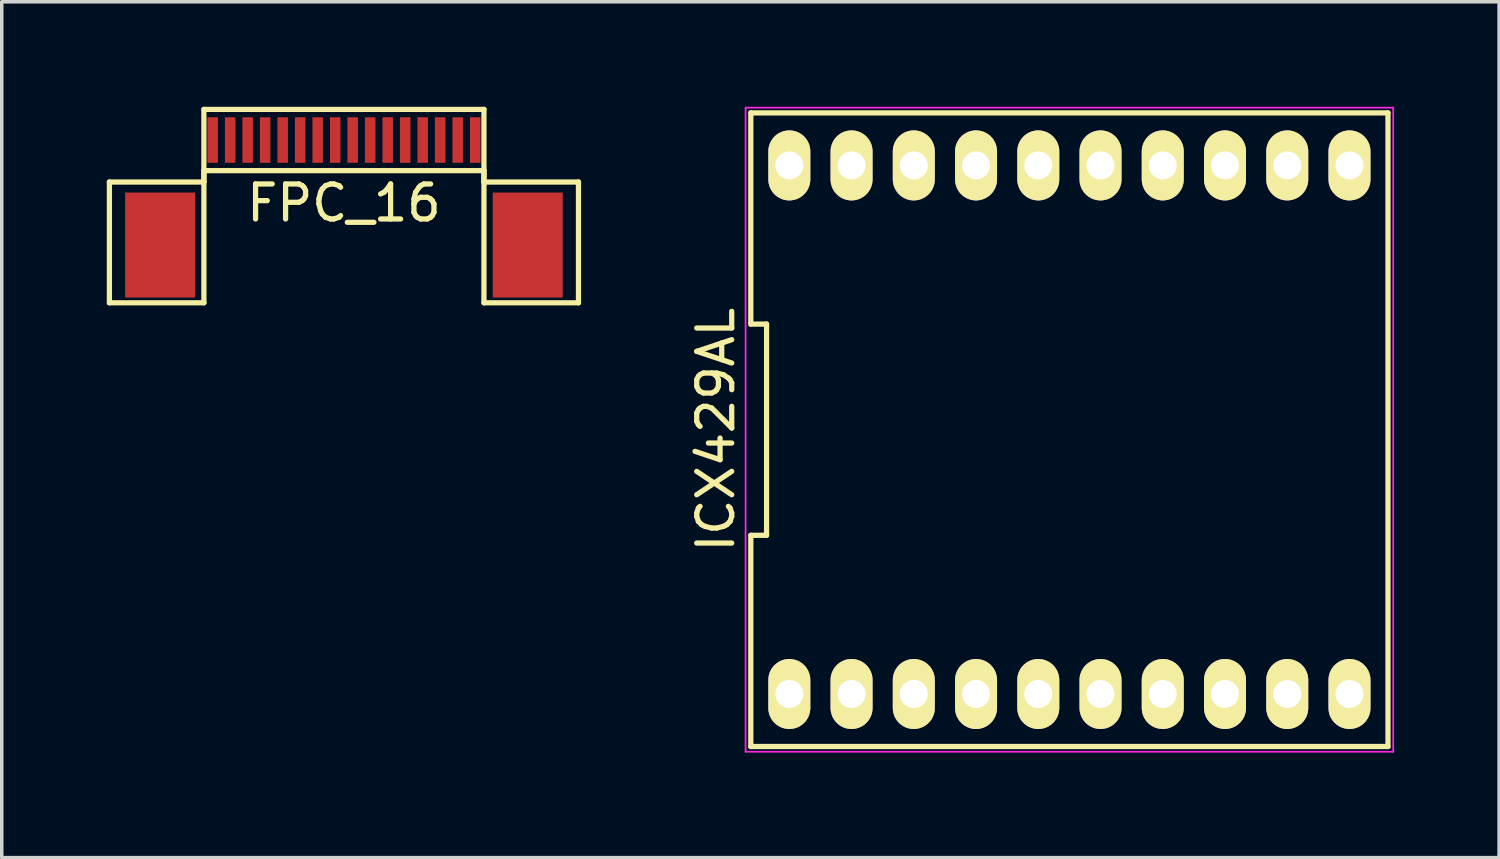
<source format=kicad_pcb>
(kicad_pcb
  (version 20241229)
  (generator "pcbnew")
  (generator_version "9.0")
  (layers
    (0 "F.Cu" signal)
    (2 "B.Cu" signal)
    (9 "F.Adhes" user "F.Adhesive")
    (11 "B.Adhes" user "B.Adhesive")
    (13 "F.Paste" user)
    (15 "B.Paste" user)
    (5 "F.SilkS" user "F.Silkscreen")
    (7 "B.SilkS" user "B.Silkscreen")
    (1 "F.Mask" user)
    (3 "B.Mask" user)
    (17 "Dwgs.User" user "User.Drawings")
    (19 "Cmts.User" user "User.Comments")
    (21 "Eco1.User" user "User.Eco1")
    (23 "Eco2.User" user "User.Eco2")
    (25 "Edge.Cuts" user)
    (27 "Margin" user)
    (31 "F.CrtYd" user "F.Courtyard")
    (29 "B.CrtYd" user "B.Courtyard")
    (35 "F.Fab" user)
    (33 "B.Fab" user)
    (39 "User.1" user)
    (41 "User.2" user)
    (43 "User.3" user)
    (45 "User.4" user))
  (footprint "ICX429AL"
    (layer "F.Cu")
    (at 27.499 9.225)
    (property "Reference" "ICX429AL" (at -10.101 0 90) (layer "F.SilkS") (effects (font (size 1 1) (thickness 0.15))))
    (attr through_hole)
    (fp_line (start -9.101 -9.05) (end -9.101 -3.017) (stroke (width 0.15) (type solid)) (layer "F.SilkS"))
    (fp_line (start -9.101 -3.017) (end -8.651 -3.017) (stroke (width 0.15) (type solid)) (layer "F.SilkS"))
    (fp_line (start -9.101 3.017) (end -9.101 9.05) (stroke (width 0.15) (type solid)) (layer "F.SilkS"))
    (fp_line (start -9.101 9.05) (end 9.101 9.05) (stroke (width 0.15) (type solid)) (layer "F.SilkS"))
    (fp_line (start -8.651 -3.017) (end -8.651 3.017) (stroke (width 0.15) (type solid)) (layer "F.SilkS"))
    (fp_line (start -8.651 3.017) (end -9.101 3.017) (stroke (width 0.15) (type solid)) (layer "F.SilkS"))
    (fp_line (start 9.101 -9.05) (end -9.101 -9.05) (stroke (width 0.15) (type solid)) (layer "F.SilkS"))
    (fp_line (start 9.101 9.05) (end 9.101 -9.05) (stroke (width 0.15) (type solid)) (layer "F.SilkS"))
    (fp_line (start -9.25 -9.2) (end 9.25 -9.2) (stroke (width 0.05) (type solid)) (layer "F.CrtYd"))
    (fp_line (start -9.25 9.2) (end -9.25 -9.2) (stroke (width 0.05) (type solid)) (layer "F.CrtYd"))
    (fp_line (start 9.25 -9.2) (end 9.25 9.2) (stroke (width 0.05) (type solid)) (layer "F.CrtYd"))
    (fp_line (start 9.25 9.2) (end -9.25 9.2) (stroke (width 0.05) (type solid)) (layer "F.CrtYd"))
    (pad "1" thru_hole oval (at -8.001 7.55) (size 1.2 2) (drill 0.8) (layers "*.Cu" "*.Mask" "F.SilkS"))
    (pad "2" thru_hole oval (at -6.223 7.55) (size 1.2 2) (drill 0.8) (layers "*.Cu" "*.Mask" "F.SilkS"))
    (pad "3" thru_hole oval (at -4.445 7.55) (size 1.2 2) (drill 0.8) (layers "*.Cu" "*.Mask" "F.SilkS"))
    (pad "4" thru_hole oval (at -2.667 7.55) (size 1.2 2) (drill 0.8) (layers "*.Cu" "*.Mask" "F.SilkS"))
    (pad "5" thru_hole oval (at -0.889 7.55) (size 1.2 2) (drill 0.8) (layers "*.Cu" "*.Mask" "F.SilkS"))
    (pad "6" thru_hole oval (at 0.889 7.55) (size 1.2 2) (drill 0.8) (layers "*.Cu" "*.Mask" "F.SilkS"))
    (pad "7" thru_hole oval (at 2.667 7.55) (size 1.2 2) (drill 0.8) (layers "*.Cu" "*.Mask" "F.SilkS"))
    (pad "8" thru_hole oval (at 4.445 7.55) (size 1.2 2) (drill 0.8) (layers "*.Cu" "*.Mask" "F.SilkS"))
    (pad "9" thru_hole oval (at 6.223 7.55) (size 1.2 2) (drill 0.8) (layers "*.Cu" "*.Mask" "F.SilkS"))
    (pad "10" thru_hole oval (at 8.001 7.55) (size 1.2 2) (drill 0.8) (layers "*.Cu" "*.Mask" "F.SilkS"))
    (pad "11" thru_hole oval (at 8.001 -7.55) (size 1.2 2) (drill 0.8) (layers "*.Cu" "*.Mask" "F.SilkS"))
    (pad "12" thru_hole oval (at 6.223 -7.55) (size 1.2 2) (drill 0.8) (layers "*.Cu" "*.Mask" "F.SilkS"))
    (pad "13" thru_hole oval (at 4.445 -7.55) (size 1.2 2) (drill 0.8) (layers "*.Cu" "*.Mask" "F.SilkS"))
    (pad "14" thru_hole oval (at 2.667 -7.55) (size 1.2 2) (drill 0.8) (layers "*.Cu" "*.Mask" "F.SilkS"))
    (pad "15" thru_hole oval (at 0.889 -7.55) (size 1.2 2) (drill 0.8) (layers "*.Cu" "*.Mask" "F.SilkS"))
    (pad "16" thru_hole oval (at -0.889 -7.55) (size 1.2 2) (drill 0.8) (layers "*.Cu" "*.Mask" "F.SilkS"))
    (pad "17" thru_hole oval (at -2.667 -7.55) (size 1.2 2) (drill 0.8) (layers "*.Cu" "*.Mask" "F.SilkS"))
    (pad "18" thru_hole oval (at -4.445 -7.55) (size 1.2 2) (drill 0.8) (layers "*.Cu" "*.Mask" "F.SilkS"))
    (pad "19" thru_hole oval (at -6.223 -7.55) (size 1.2 2) (drill 0.8) (layers "*.Cu" "*.Mask" "F.SilkS"))
    (pad "20" thru_hole oval (at -8.001 -7.55) (size 1.2 2) (drill 0.8) (layers "*.Cu" "*.Mask" "F.SilkS")))
  (footprint "FPC_16"
    (layer "F.Cu")
    (at 6.775 0.95)
    (property "Reference" "FPC_16" (at 0 1.8 0) (layer "F.SilkS") (effects (font (size 1 1) (thickness 0.15))))
    (attr smd)
    (fp_line (start -6.7 1.2) (end -4 1.2) (stroke (width 0.15) (type solid)) (layer "F.SilkS"))
    (fp_line (start -6.7 4.65) (end -6.7 1.2) (stroke (width 0.15) (type solid)) (layer "F.SilkS"))
    (fp_line (start -4 -0.875) (end 4 -0.875) (stroke (width 0.15) (type solid)) (layer "F.SilkS"))
    (fp_line (start -4 0.875) (end -4 4.65) (stroke (width 0.15) (type solid)) (layer "F.SilkS"))
    (fp_line (start -4 0.875) (end 4 0.875) (stroke (width 0.15) (type solid)) (layer "F.SilkS"))
    (fp_line (start -4 1.2) (end -4 -0.875) (stroke (width 0.15) (type solid)) (layer "F.SilkS"))
    (fp_line (start -4 4.65) (end -6.7 4.65) (stroke (width 0.15) (type solid)) (layer "F.SilkS"))
    (fp_line (start 4 0.875) (end 4 4.65) (stroke (width 0.15) (type solid)) (layer "F.SilkS"))
    (fp_line (start 4 1.2) (end 4 -0.875) (stroke (width 0.15) (type solid)) (layer "F.SilkS"))
    (fp_line (start 4 4.65) (end 6.7 4.65) (stroke (width 0.15) (type solid)) (layer "F.SilkS"))
    (fp_line (start 6.7 1.2) (end 4 1.2) (stroke (width 0.15) (type solid)) (layer "F.SilkS"))
    (fp_line (start 6.7 4.65) (end 6.7 1.2) (stroke (width 0.15) (type solid)) (layer "F.SilkS"))
    (pad "0" smd rect (at -5.25 3) (size 2 3) (layers "F.Cu" "F.Mask" "F.Paste"))
    (pad "0" smd rect (at 5.25 3) (size 2 3) (layers "F.Cu" "F.Mask" "F.Paste"))
    (pad "1" smd rect (at -3.75 0) (size 0.3 1.3) (layers "F.Cu" "F.Mask" "F.Paste"))
    (pad "2" smd rect (at -3.25 0) (size 0.3 1.3) (layers "F.Cu" "F.Mask" "F.Paste"))
    (pad "3" smd rect (at -2.75 0) (size 0.3 1.3) (layers "F.Cu" "F.Mask" "F.Paste"))
    (pad "4" smd rect (at -2.25 0) (size 0.3 1.3) (layers "F.Cu" "F.Mask" "F.Paste"))
    (pad "5" smd rect (at -1.75 0) (size 0.3 1.3) (layers "F.Cu" "F.Mask" "F.Paste"))
    (pad "6" smd rect (at -1.25 0) (size 0.3 1.3) (layers "F.Cu" "F.Mask" "F.Paste"))
    (pad "7" smd rect (at -0.75 0) (size 0.3 1.3) (layers "F.Cu" "F.Mask" "F.Paste"))
    (pad "8" smd rect (at -0.25 0) (size 0.3 1.3) (layers "F.Cu" "F.Mask" "F.Paste"))
    (pad "9" smd rect (at 0.25 0) (size 0.3 1.3) (layers "F.Cu" "F.Mask" "F.Paste"))
    (pad "10" smd rect (at 0.75 0) (size 0.3 1.3) (layers "F.Cu" "F.Mask" "F.Paste"))
    (pad "11" smd rect (at 1.25 0) (size 0.3 1.3) (layers "F.Cu" "F.Mask" "F.Paste"))
    (pad "12" smd rect (at 1.75 0) (size 0.3 1.3) (layers "F.Cu" "F.Mask" "F.Paste"))
    (pad "13" smd rect (at 2.25 0) (size 0.3 1.3) (layers "F.Cu" "F.Mask" "F.Paste"))
    (pad "14" smd rect (at 2.75 0) (size 0.3 1.3) (layers "F.Cu" "F.Mask" "F.Paste"))
    (pad "15" smd rect (at 3.25 0) (size 0.3 1.3) (layers "F.Cu" "F.Mask" "F.Paste"))
    (pad "16" smd rect (at 3.75 0) (size 0.3 1.3) (layers "F.Cu" "F.Mask" "F.Paste")))
  (gr_rect
    (start -3 -3)
    (end 39.774 21.45)
    (stroke (width 0.1) (type default))
    (fill no)
    (layer "Edge.Cuts")))
</source>
